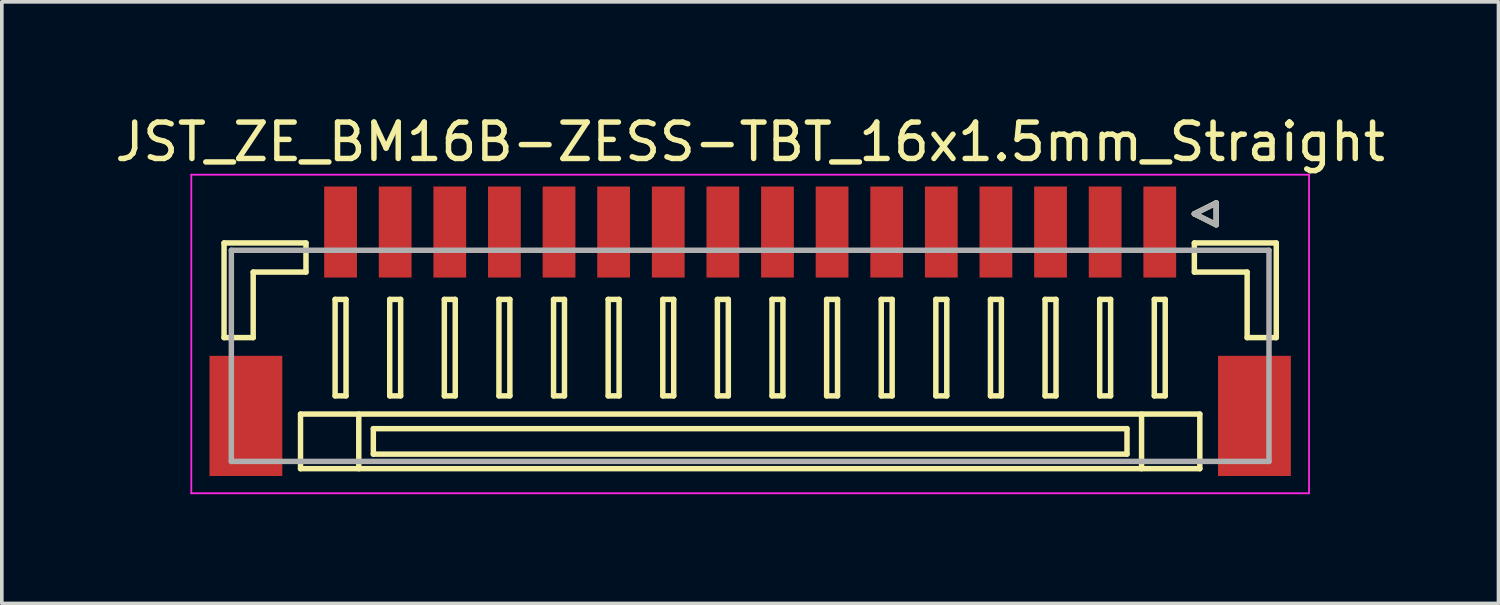
<source format=kicad_pcb>
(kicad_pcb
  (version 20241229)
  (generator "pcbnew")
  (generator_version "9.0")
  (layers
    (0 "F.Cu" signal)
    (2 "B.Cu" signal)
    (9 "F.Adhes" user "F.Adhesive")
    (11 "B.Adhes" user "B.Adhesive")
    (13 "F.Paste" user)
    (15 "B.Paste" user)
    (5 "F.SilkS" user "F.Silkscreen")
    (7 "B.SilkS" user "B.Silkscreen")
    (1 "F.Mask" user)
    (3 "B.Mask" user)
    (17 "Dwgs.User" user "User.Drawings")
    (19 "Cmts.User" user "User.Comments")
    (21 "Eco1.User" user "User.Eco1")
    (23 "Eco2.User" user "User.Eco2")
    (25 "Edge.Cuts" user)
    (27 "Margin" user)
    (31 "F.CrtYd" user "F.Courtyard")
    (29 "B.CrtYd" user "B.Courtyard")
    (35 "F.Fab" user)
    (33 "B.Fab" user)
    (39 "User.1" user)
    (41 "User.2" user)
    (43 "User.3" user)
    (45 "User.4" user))
  (footprint "JST_ZE_BM16B-ZESS-TBT_16x1.5mm_Straight"
    (layer "F.Cu")
    (at 17.554 5.848)
    (property "Reference" "JST_ZE_BM16B-ZESS-TBT_16x1.5mm_Straight" (at 0 -5 0) (layer "F.SilkS") (effects (font (size 1 1) (thickness 0.15))))
    (attr smd)
    (fp_line (start -14.45 -2.225) (end -14.45 0.375) (stroke (width 0.15) (type solid)) (layer "F.SilkS"))
    (fp_line (start -14.45 0.375) (end -13.65 0.375) (stroke (width 0.15) (type solid)) (layer "F.SilkS"))
    (fp_line (start -13.65 -1.425) (end -12.2 -1.425) (stroke (width 0.15) (type solid)) (layer "F.SilkS"))
    (fp_line (start -13.65 0.375) (end -13.65 -1.425) (stroke (width 0.15) (type solid)) (layer "F.SilkS"))
    (fp_line (start -12.35 2.475) (end -12.35 3.975) (stroke (width 0.15) (type solid)) (layer "F.SilkS"))
    (fp_line (start -12.35 3.975) (end 12.35 3.975) (stroke (width 0.15) (type solid)) (layer "F.SilkS"))
    (fp_line (start -12.2 -2.225) (end -14.45 -2.225) (stroke (width 0.15) (type solid)) (layer "F.SilkS"))
    (fp_line (start -12.2 -1.425) (end -12.2 -2.225) (stroke (width 0.15) (type solid)) (layer "F.SilkS"))
    (fp_line (start -11.4 -0.675) (end -11.4 1.975) (stroke (width 0.15) (type solid)) (layer "F.SilkS"))
    (fp_line (start -11.4 1.975) (end -11.1 1.975) (stroke (width 0.15) (type solid)) (layer "F.SilkS"))
    (fp_line (start -11.1 -0.675) (end -11.4 -0.675) (stroke (width 0.15) (type solid)) (layer "F.SilkS"))
    (fp_line (start -11.1 1.975) (end -11.1 -0.675) (stroke (width 0.15) (type solid)) (layer "F.SilkS"))
    (fp_line (start -10.75 2.475) (end -10.75 3.975) (stroke (width 0.15) (type solid)) (layer "F.SilkS"))
    (fp_line (start -10.35 2.875) (end -10.35 3.575) (stroke (width 0.15) (type solid)) (layer "F.SilkS"))
    (fp_line (start -10.35 3.575) (end 10.35 3.575) (stroke (width 0.15) (type solid)) (layer "F.SilkS"))
    (fp_line (start -9.9 -0.675) (end -9.9 1.975) (stroke (width 0.15) (type solid)) (layer "F.SilkS"))
    (fp_line (start -9.9 1.975) (end -9.6 1.975) (stroke (width 0.15) (type solid)) (layer "F.SilkS"))
    (fp_line (start -9.6 -0.675) (end -9.9 -0.675) (stroke (width 0.15) (type solid)) (layer "F.SilkS"))
    (fp_line (start -9.6 1.975) (end -9.6 -0.675) (stroke (width 0.15) (type solid)) (layer "F.SilkS"))
    (fp_line (start -8.4 -0.675) (end -8.4 1.975) (stroke (width 0.15) (type solid)) (layer "F.SilkS"))
    (fp_line (start -8.4 1.975) (end -8.1 1.975) (stroke (width 0.15) (type solid)) (layer "F.SilkS"))
    (fp_line (start -8.1 -0.675) (end -8.4 -0.675) (stroke (width 0.15) (type solid)) (layer "F.SilkS"))
    (fp_line (start -8.1 1.975) (end -8.1 -0.675) (stroke (width 0.15) (type solid)) (layer "F.SilkS"))
    (fp_line (start -6.9 -0.675) (end -6.9 1.975) (stroke (width 0.15) (type solid)) (layer "F.SilkS"))
    (fp_line (start -6.9 1.975) (end -6.6 1.975) (stroke (width 0.15) (type solid)) (layer "F.SilkS"))
    (fp_line (start -6.6 -0.675) (end -6.9 -0.675) (stroke (width 0.15) (type solid)) (layer "F.SilkS"))
    (fp_line (start -6.6 1.975) (end -6.6 -0.675) (stroke (width 0.15) (type solid)) (layer "F.SilkS"))
    (fp_line (start -5.4 -0.675) (end -5.4 1.975) (stroke (width 0.15) (type solid)) (layer "F.SilkS"))
    (fp_line (start -5.4 1.975) (end -5.1 1.975) (stroke (width 0.15) (type solid)) (layer "F.SilkS"))
    (fp_line (start -5.1 -0.675) (end -5.4 -0.675) (stroke (width 0.15) (type solid)) (layer "F.SilkS"))
    (fp_line (start -5.1 1.975) (end -5.1 -0.675) (stroke (width 0.15) (type solid)) (layer "F.SilkS"))
    (fp_line (start -3.9 -0.675) (end -3.9 1.975) (stroke (width 0.15) (type solid)) (layer "F.SilkS"))
    (fp_line (start -3.9 1.975) (end -3.6 1.975) (stroke (width 0.15) (type solid)) (layer "F.SilkS"))
    (fp_line (start -3.6 -0.675) (end -3.9 -0.675) (stroke (width 0.15) (type solid)) (layer "F.SilkS"))
    (fp_line (start -3.6 1.975) (end -3.6 -0.675) (stroke (width 0.15) (type solid)) (layer "F.SilkS"))
    (fp_line (start -2.4 -0.675) (end -2.4 1.975) (stroke (width 0.15) (type solid)) (layer "F.SilkS"))
    (fp_line (start -2.4 1.975) (end -2.1 1.975) (stroke (width 0.15) (type solid)) (layer "F.SilkS"))
    (fp_line (start -2.1 -0.675) (end -2.4 -0.675) (stroke (width 0.15) (type solid)) (layer "F.SilkS"))
    (fp_line (start -2.1 1.975) (end -2.1 -0.675) (stroke (width 0.15) (type solid)) (layer "F.SilkS"))
    (fp_line (start -0.9 -0.675) (end -0.9 1.975) (stroke (width 0.15) (type solid)) (layer "F.SilkS"))
    (fp_line (start -0.9 1.975) (end -0.6 1.975) (stroke (width 0.15) (type solid)) (layer "F.SilkS"))
    (fp_line (start -0.6 -0.675) (end -0.9 -0.675) (stroke (width 0.15) (type solid)) (layer "F.SilkS"))
    (fp_line (start -0.6 1.975) (end -0.6 -0.675) (stroke (width 0.15) (type solid)) (layer "F.SilkS"))
    (fp_line (start 0.6 -0.675) (end 0.6 1.975) (stroke (width 0.15) (type solid)) (layer "F.SilkS"))
    (fp_line (start 0.6 1.975) (end 0.9 1.975) (stroke (width 0.15) (type solid)) (layer "F.SilkS"))
    (fp_line (start 0.9 -0.675) (end 0.6 -0.675) (stroke (width 0.15) (type solid)) (layer "F.SilkS"))
    (fp_line (start 0.9 1.975) (end 0.9 -0.675) (stroke (width 0.15) (type solid)) (layer "F.SilkS"))
    (fp_line (start 2.1 -0.675) (end 2.1 1.975) (stroke (width 0.15) (type solid)) (layer "F.SilkS"))
    (fp_line (start 2.1 1.975) (end 2.4 1.975) (stroke (width 0.15) (type solid)) (layer "F.SilkS"))
    (fp_line (start 2.4 -0.675) (end 2.1 -0.675) (stroke (width 0.15) (type solid)) (layer "F.SilkS"))
    (fp_line (start 2.4 1.975) (end 2.4 -0.675) (stroke (width 0.15) (type solid)) (layer "F.SilkS"))
    (fp_line (start 3.6 -0.675) (end 3.6 1.975) (stroke (width 0.15) (type solid)) (layer "F.SilkS"))
    (fp_line (start 3.6 1.975) (end 3.9 1.975) (stroke (width 0.15) (type solid)) (layer "F.SilkS"))
    (fp_line (start 3.9 -0.675) (end 3.6 -0.675) (stroke (width 0.15) (type solid)) (layer "F.SilkS"))
    (fp_line (start 3.9 1.975) (end 3.9 -0.675) (stroke (width 0.15) (type solid)) (layer "F.SilkS"))
    (fp_line (start 5.1 -0.675) (end 5.1 1.975) (stroke (width 0.15) (type solid)) (layer "F.SilkS"))
    (fp_line (start 5.1 1.975) (end 5.4 1.975) (stroke (width 0.15) (type solid)) (layer "F.SilkS"))
    (fp_line (start 5.4 -0.675) (end 5.1 -0.675) (stroke (width 0.15) (type solid)) (layer "F.SilkS"))
    (fp_line (start 5.4 1.975) (end 5.4 -0.675) (stroke (width 0.15) (type solid)) (layer "F.SilkS"))
    (fp_line (start 6.6 -0.675) (end 6.6 1.975) (stroke (width 0.15) (type solid)) (layer "F.SilkS"))
    (fp_line (start 6.6 1.975) (end 6.9 1.975) (stroke (width 0.15) (type solid)) (layer "F.SilkS"))
    (fp_line (start 6.9 -0.675) (end 6.6 -0.675) (stroke (width 0.15) (type solid)) (layer "F.SilkS"))
    (fp_line (start 6.9 1.975) (end 6.9 -0.675) (stroke (width 0.15) (type solid)) (layer "F.SilkS"))
    (fp_line (start 8.1 -0.675) (end 8.1 1.975) (stroke (width 0.15) (type solid)) (layer "F.SilkS"))
    (fp_line (start 8.1 1.975) (end 8.4 1.975) (stroke (width 0.15) (type solid)) (layer "F.SilkS"))
    (fp_line (start 8.4 -0.675) (end 8.1 -0.675) (stroke (width 0.15) (type solid)) (layer "F.SilkS"))
    (fp_line (start 8.4 1.975) (end 8.4 -0.675) (stroke (width 0.15) (type solid)) (layer "F.SilkS"))
    (fp_line (start 9.6 -0.675) (end 9.6 1.975) (stroke (width 0.15) (type solid)) (layer "F.SilkS"))
    (fp_line (start 9.6 1.975) (end 9.9 1.975) (stroke (width 0.15) (type solid)) (layer "F.SilkS"))
    (fp_line (start 9.9 -0.675) (end 9.6 -0.675) (stroke (width 0.15) (type solid)) (layer "F.SilkS"))
    (fp_line (start 9.9 1.975) (end 9.9 -0.675) (stroke (width 0.15) (type solid)) (layer "F.SilkS"))
    (fp_line (start 10.35 2.875) (end -10.35 2.875) (stroke (width 0.15) (type solid)) (layer "F.SilkS"))
    (fp_line (start 10.35 3.575) (end 10.35 2.875) (stroke (width 0.15) (type solid)) (layer "F.SilkS"))
    (fp_line (start 10.75 2.475) (end 10.75 3.975) (stroke (width 0.15) (type solid)) (layer "F.SilkS"))
    (fp_line (start 11.1 -0.675) (end 11.1 1.975) (stroke (width 0.15) (type solid)) (layer "F.SilkS"))
    (fp_line (start 11.1 1.975) (end 11.4 1.975) (stroke (width 0.15) (type solid)) (layer "F.SilkS"))
    (fp_line (start 11.4 -0.675) (end 11.1 -0.675) (stroke (width 0.15) (type solid)) (layer "F.SilkS"))
    (fp_line (start 11.4 1.975) (end 11.4 -0.675) (stroke (width 0.15) (type solid)) (layer "F.SilkS"))
    (fp_line (start 12.2 -3.025) (end 12.8 -3.325) (stroke (width 0.15) (type solid)) (layer "F.SilkS"))
    (fp_line (start 12.2 -2.225) (end 14.45 -2.225) (stroke (width 0.15) (type solid)) (layer "F.SilkS"))
    (fp_line (start 12.2 -1.425) (end 12.2 -2.225) (stroke (width 0.15) (type solid)) (layer "F.SilkS"))
    (fp_line (start 12.35 2.475) (end -12.35 2.475) (stroke (width 0.15) (type solid)) (layer "F.SilkS"))
    (fp_line (start 12.35 3.975) (end 12.35 2.475) (stroke (width 0.15) (type solid)) (layer "F.SilkS"))
    (fp_line (start 12.8 -3.325) (end 12.8 -2.725) (stroke (width 0.15) (type solid)) (layer "F.SilkS"))
    (fp_line (start 12.8 -2.725) (end 12.2 -3.025) (stroke (width 0.15) (type solid)) (layer "F.SilkS"))
    (fp_line (start 13.65 -1.425) (end 12.2 -1.425) (stroke (width 0.15) (type solid)) (layer "F.SilkS"))
    (fp_line (start 13.65 0.375) (end 13.65 -1.425) (stroke (width 0.15) (type solid)) (layer "F.SilkS"))
    (fp_line (start 14.45 -2.225) (end 14.45 0.375) (stroke (width 0.15) (type solid)) (layer "F.SilkS"))
    (fp_line (start 14.45 0.375) (end 13.65 0.375) (stroke (width 0.15) (type solid)) (layer "F.SilkS"))
    (fp_line (start -15.35 -4.1) (end -15.35 4.65) (stroke (width 0.05) (type solid)) (layer "F.CrtYd"))
    (fp_line (start -15.35 4.65) (end 15.35 4.65) (stroke (width 0.05) (type solid)) (layer "F.CrtYd"))
    (fp_line (start 15.35 -4.1) (end -15.35 -4.1) (stroke (width 0.05) (type solid)) (layer "F.CrtYd"))
    (fp_line (start 15.35 4.65) (end 15.35 -4.1) (stroke (width 0.05) (type solid)) (layer "F.CrtYd"))
    (fp_line (start -14.25 -2.025) (end -14.25 3.775) (stroke (width 0.15) (type solid)) (layer "F.Fab"))
    (fp_line (start -14.25 3.775) (end 14.25 3.775) (stroke (width 0.15) (type solid)) (layer "F.Fab"))
    (fp_line (start 12.2 -3.025) (end 12.8 -3.325) (stroke (width 0.15) (type solid)) (layer "F.Fab"))
    (fp_line (start 12.8 -3.325) (end 12.8 -2.725) (stroke (width 0.15) (type solid)) (layer "F.Fab"))
    (fp_line (start 12.8 -2.725) (end 12.2 -3.025) (stroke (width 0.15) (type solid)) (layer "F.Fab"))
    (fp_line (start 14.25 -2.025) (end -14.25 -2.025) (stroke (width 0.15) (type solid)) (layer "F.Fab"))
    (fp_line (start 14.25 3.775) (end 14.25 -2.025) (stroke (width 0.15) (type solid)) (layer "F.Fab"))
    (pad "" smd rect (at -13.85 2.525) (size 2 3.3) (layers "F.Cu" "F.Mask" "F.Paste"))
    (pad "" smd rect (at 13.85 2.525) (size 2 3.3) (layers "F.Cu" "F.Mask" "F.Paste"))
    (pad "1" smd rect (at 11.25 -2.525) (size 0.9 2.5) (layers "F.Cu" "F.Mask" "F.Paste"))
    (pad "2" smd rect (at 9.75 -2.525) (size 0.9 2.5) (layers "F.Cu" "F.Mask" "F.Paste"))
    (pad "3" smd rect (at 8.25 -2.525) (size 0.9 2.5) (layers "F.Cu" "F.Mask" "F.Paste"))
    (pad "4" smd rect (at 6.75 -2.525) (size 0.9 2.5) (layers "F.Cu" "F.Mask" "F.Paste"))
    (pad "5" smd rect (at 5.25 -2.525) (size 0.9 2.5) (layers "F.Cu" "F.Mask" "F.Paste"))
    (pad "6" smd rect (at 3.75 -2.525) (size 0.9 2.5) (layers "F.Cu" "F.Mask" "F.Paste"))
    (pad "7" smd rect (at 2.25 -2.525) (size 0.9 2.5) (layers "F.Cu" "F.Mask" "F.Paste"))
    (pad "8" smd rect (at 0.75 -2.525) (size 0.9 2.5) (layers "F.Cu" "F.Mask" "F.Paste"))
    (pad "9" smd rect (at -0.75 -2.525) (size 0.9 2.5) (layers "F.Cu" "F.Mask" "F.Paste"))
    (pad "10" smd rect (at -2.25 -2.525) (size 0.9 2.5) (layers "F.Cu" "F.Mask" "F.Paste"))
    (pad "11" smd rect (at -3.75 -2.525) (size 0.9 2.5) (layers "F.Cu" "F.Mask" "F.Paste"))
    (pad "12" smd rect (at -5.25 -2.525) (size 0.9 2.5) (layers "F.Cu" "F.Mask" "F.Paste"))
    (pad "13" smd rect (at -6.75 -2.525) (size 0.9 2.5) (layers "F.Cu" "F.Mask" "F.Paste"))
    (pad "14" smd rect (at -8.25 -2.525) (size 0.9 2.5) (layers "F.Cu" "F.Mask" "F.Paste"))
    (pad "15" smd rect (at -9.75 -2.525) (size 0.9 2.5) (layers "F.Cu" "F.Mask" "F.Paste"))
    (pad "16" smd rect (at -11.25 -2.525) (size 0.9 2.5) (layers "F.Cu" "F.Mask" "F.Paste")))
  (gr_rect
    (start -3 -3)
    (end 38.107 13.523)
    (stroke (width 0.1) (type default))
    (fill no)
    (layer "Edge.Cuts")))
</source>
